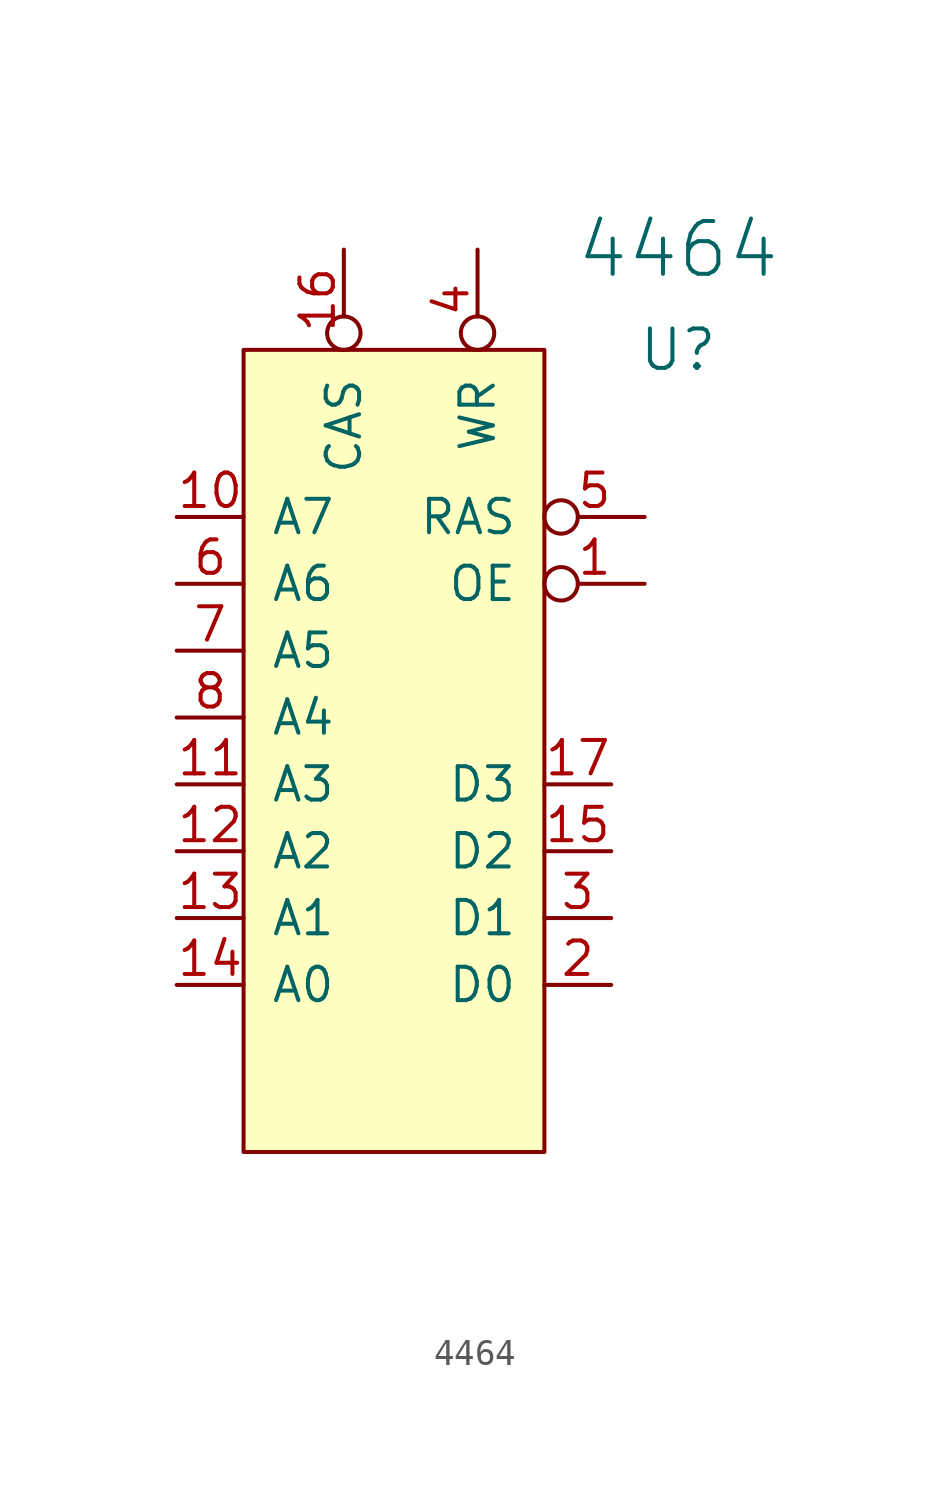
<source format=kicad_sym>
(kicad_symbol_lib
  (version 20211014)
  (generator kicad_symbol_editor)
  (symbol "4464"
    (pin_names
      (offset 1.016))
    (property "Reference" "U"
      (at 16.51 0 0)
      (effects (font (size 1.499 1.499))))
    (property "Value" "4464"
      (at 16.51 3.81 0)
      (effects (font (size 2.007 2.007))))
    (symbol "4464_0_0"
      (rectangle (start 0 0) (end 11.43 -30.48) (stroke (width 0) (type default) (color 0 0 0 0)) (fill (type background)))
      (pin input inverted (at 15.24 -8.89 180) (length 3.81) (name "OE" (effects (font (size 1.27 1.27)))) (number "1" (effects (font (size 1.27 1.27)))))
      (pin input line (at -2.54 -6.35 0) (length 2.54) (name "A7" (effects (font (size 1.27 1.27)))) (number "10" (effects (font (size 1.27 1.27)))))
      (pin input line (at -2.54 -16.51 0) (length 2.54) (name "A3" (effects (font (size 1.27 1.27)))) (number "11" (effects (font (size 1.27 1.27)))))
      (pin input line (at -2.54 -19.05 0) (length 2.54) (name "A2" (effects (font (size 1.27 1.27)))) (number "12" (effects (font (size 1.27 1.27)))))
      (pin input line (at -2.54 -21.59 0) (length 2.54) (name "A1" (effects (font (size 1.27 1.27)))) (number "13" (effects (font (size 1.27 1.27)))))
      (pin input line (at -2.54 -24.13 0) (length 2.54) (name "A0" (effects (font (size 1.27 1.27)))) (number "14" (effects (font (size 1.27 1.27)))))
      (pin input line (at 13.97 -19.05 180) (length 2.54) (name "D2" (effects (font (size 1.27 1.27)))) (number "15" (effects (font (size 1.27 1.27)))))
      (pin input inverted (at 3.81 3.81 270) (length 3.81) (name "CAS" (effects (font (size 1.27 1.27)))) (number "16" (effects (font (size 1.27 1.27)))))
      (pin input line (at 13.97 -16.51 180) (length 2.54) (name "D3" (effects (font (size 1.27 1.27)))) (number "17" (effects (font (size 1.27 1.27)))))
      (pin input line (at 3.81 -33.02 90) (length 2.54) hide (name "GND" (effects (font (size 1.27 1.27)))) (number "18" (effects (font (size 1.27 1.27)))))
      (pin input line (at 13.97 -24.13 180) (length 2.54) (name "D0" (effects (font (size 1.27 1.27)))) (number "2" (effects (font (size 1.27 1.27)))))
      (pin input line (at 13.97 -21.59 180) (length 2.54) (name "D1" (effects (font (size 1.27 1.27)))) (number "3" (effects (font (size 1.27 1.27)))))
      (pin input inverted (at 8.89 3.81 270) (length 3.81) (name "WR" (effects (font (size 1.27 1.27)))) (number "4" (effects (font (size 1.27 1.27)))))
      (pin input inverted (at 15.24 -6.35 180) (length 3.81) (name "RAS" (effects (font (size 1.27 1.27)))) (number "5" (effects (font (size 1.27 1.27)))))
      (pin input line (at -2.54 -8.89 0) (length 2.54) (name "A6" (effects (font (size 1.27 1.27)))) (number "6" (effects (font (size 1.27 1.27)))))
      (pin input line (at -2.54 -11.43 0) (length 2.54) (name "A5" (effects (font (size 1.27 1.27)))) (number "7" (effects (font (size 1.27 1.27)))))
      (pin input line (at -2.54 -13.97 0) (length 2.54) (name "A4" (effects (font (size 1.27 1.27)))) (number "8" (effects (font (size 1.27 1.27)))))
      (pin input line (at 8.89 -33.02 90) (length 2.54) hide (name "VCC" (effects (font (size 1.27 1.27)))) (number "9" (effects (font (size 1.27 1.27))))))))
</source>
